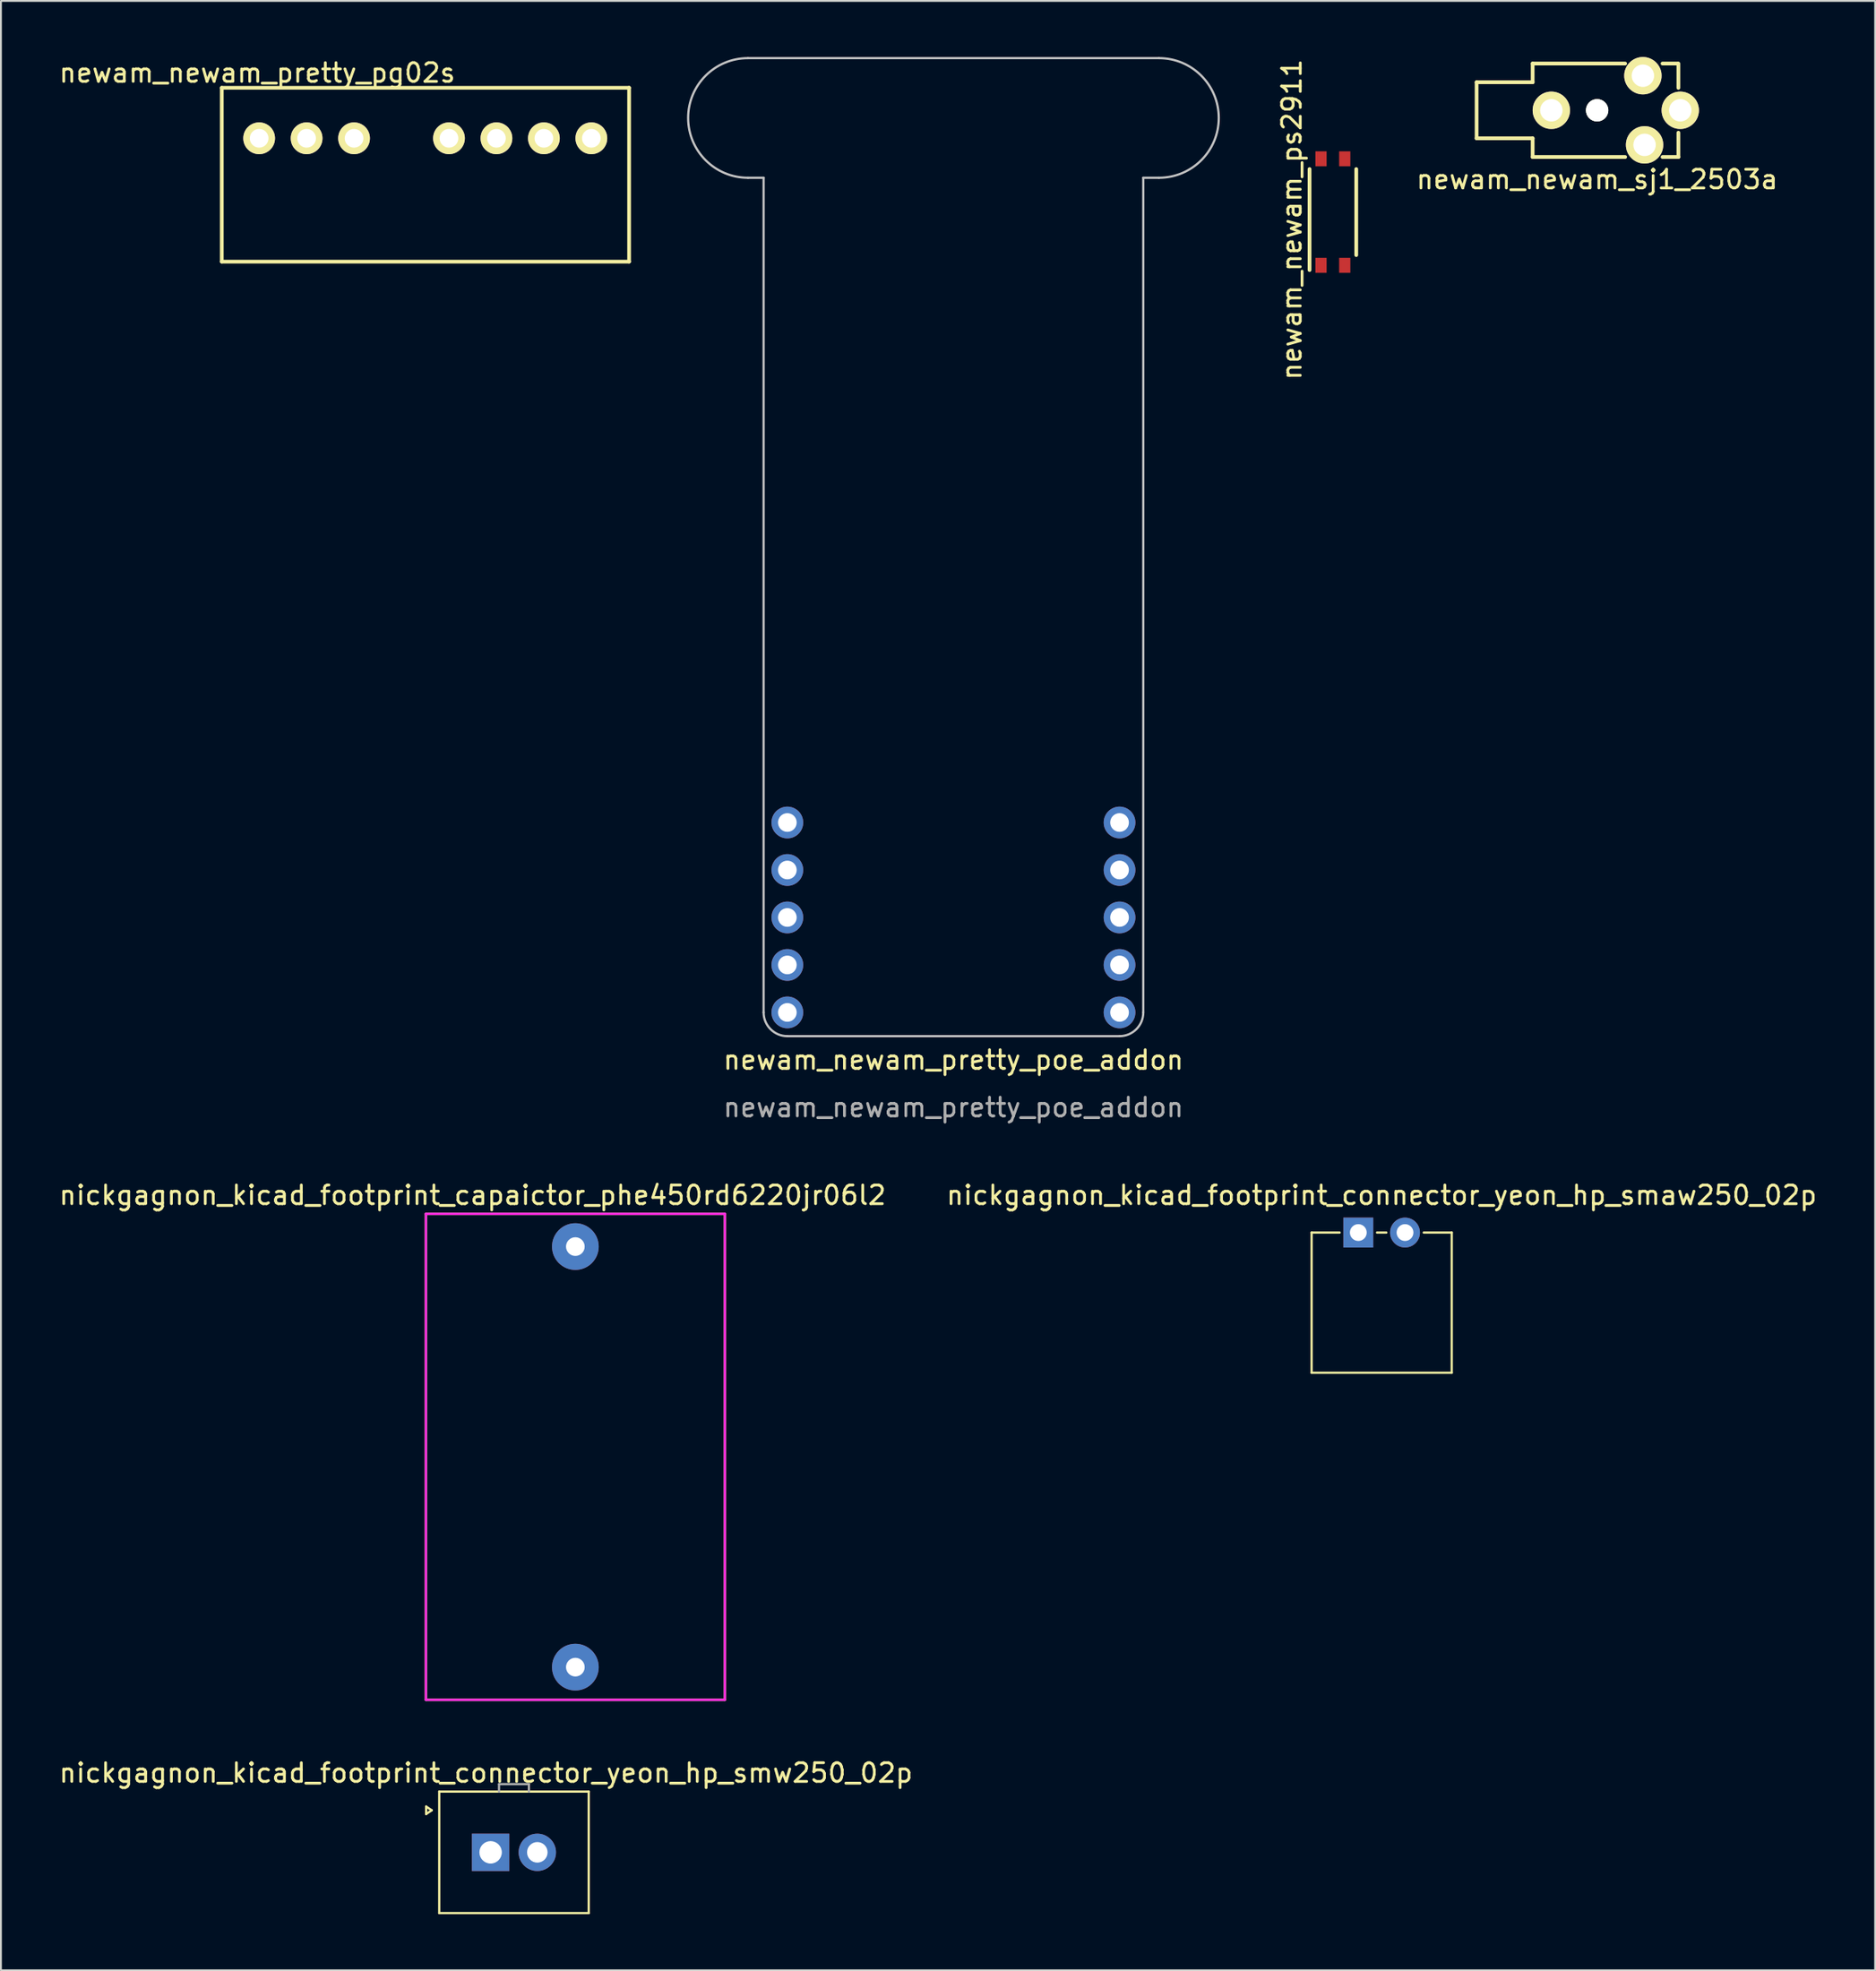
<source format=kicad_pcb>
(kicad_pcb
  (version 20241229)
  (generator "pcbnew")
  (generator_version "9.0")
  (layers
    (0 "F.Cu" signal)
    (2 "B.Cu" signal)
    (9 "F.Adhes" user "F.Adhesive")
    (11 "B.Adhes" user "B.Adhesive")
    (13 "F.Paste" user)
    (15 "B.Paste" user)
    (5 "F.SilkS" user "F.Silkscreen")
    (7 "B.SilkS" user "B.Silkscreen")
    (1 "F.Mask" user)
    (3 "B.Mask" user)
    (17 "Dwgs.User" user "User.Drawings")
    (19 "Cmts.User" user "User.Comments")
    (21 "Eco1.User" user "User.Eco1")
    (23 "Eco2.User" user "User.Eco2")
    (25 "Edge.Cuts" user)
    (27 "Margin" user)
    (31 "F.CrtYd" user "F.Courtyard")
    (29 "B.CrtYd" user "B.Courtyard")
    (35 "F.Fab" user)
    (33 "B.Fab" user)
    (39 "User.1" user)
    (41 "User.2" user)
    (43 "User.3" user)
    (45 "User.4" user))
  (footprint "nickgagnon_kicad_footprint_connector_yeon_hp_smaw250_02p"
    (layer "F.Cu")
    (at 70.899 62.891)
    (property "Reference" "nickgagnon_kicad_footprint_connector_yeon_hp_smaw250_02p" (at 0 -2 0) (layer "F.SilkS") (effects (font (size 1 1) (thickness 0.15))))
    (attr through_hole)
    (fp_line (start -3.75 0) (end -3.75 7.5) (stroke (width 0.12) (type solid)) (layer "F.SilkS"))
    (fp_line (start -3.75 7.5) (end 3.75 7.5) (stroke (width 0.12) (type solid)) (layer "F.SilkS"))
    (fp_line (start -2.25 0) (end -3.75 0) (stroke (width 0.12) (type solid)) (layer "F.SilkS"))
    (fp_line (start -0.25 0) (end 0.25 0) (stroke (width 0.12) (type solid)) (layer "F.SilkS"))
    (fp_line (start 3.75 0) (end 2.25 0) (stroke (width 0.12) (type solid)) (layer "F.SilkS"))
    (fp_line (start 3.75 7.5) (end 3.75 0) (stroke (width 0.12) (type solid)) (layer "F.SilkS"))
    (pad "1" thru_hole rect (at -1.25 0) (size 1.6 1.6) (drill 0.9) (layers "*.Cu" "*.Mask"))
    (pad "2" thru_hole circle (at 1.25 0 90) (size 1.6 1.6) (drill 0.9) (layers "*.Cu" "*.Mask")))
  (footprint "newam_newam_sj1_2503a"
    (layer "F.Cu")
    (at 82.43 2.85)
    (property "Reference" "newam_newam_sj1_2503a" (at 0 3.7 0) (layer "F.SilkS") (effects (font (size 1 1) (thickness 0.15))))
    (attr through_hole)
    (fp_line (start -6.45 -1.5) (end -6.45 1.5) (stroke (width 0.2) (type solid)) (layer "F.SilkS"))
    (fp_line (start -6.45 1.5) (end -3.45 1.5) (stroke (width 0.2) (type solid)) (layer "F.SilkS"))
    (fp_line (start -3.45 -2.5) (end -3.45 -1.5) (stroke (width 0.2) (type solid)) (layer "F.SilkS"))
    (fp_line (start -3.45 -2.5) (end 1.5 -2.5) (stroke (width 0.2) (type solid)) (layer "F.SilkS"))
    (fp_line (start -3.45 -1.5) (end -6.45 -1.5) (stroke (width 0.2) (type solid)) (layer "F.SilkS"))
    (fp_line (start -3.45 2.5) (end -3.45 1.5) (stroke (width 0.2) (type solid)) (layer "F.SilkS"))
    (fp_line (start -3.45 2.5) (end 1.5 2.5) (stroke (width 0.2) (type solid)) (layer "F.SilkS"))
    (fp_line (start 3.5 -2.5) (end 4.3 -2.5) (stroke (width 0.2) (type solid)) (layer "F.SilkS"))
    (fp_line (start 4.35 -2.5) (end 4.35 -1.2) (stroke (width 0.2) (type solid)) (layer "F.SilkS"))
    (fp_line (start 4.35 1.2) (end 4.35 2.5) (stroke (width 0.2) (type solid)) (layer "F.SilkS"))
    (fp_line (start 4.35 2.5) (end 3.5 2.5) (stroke (width 0.2) (type solid)) (layer "F.SilkS"))
    (pad "" np_thru_hole circle (at 0 0) (size 1.2 1.2) (drill 1.2) (layers "*.Cu" "*.Mask" "F.SilkS"))
    (pad "1" thru_hole circle (at -2.45 0) (size 2 2) (drill 1.2) (layers "*.Cu" "*.Mask" "F.SilkS"))
    (pad "2" thru_hole circle (at 2.54 1.85) (size 2 2) (drill 1.2) (layers "*.Cu" "*.Mask" "F.SilkS"))
    (pad "3" thru_hole circle (at 2.45 -1.85) (size 2 2) (drill 1.2) (layers "*.Cu" "*.Mask" "F.SilkS"))
    (pad "4" thru_hole circle (at 4.45 0) (size 2 2) (drill 1.2) (layers "*.Cu" "*.Mask" "F.SilkS")))
  (footprint "newam_newam_pretty_pg02s"
    (layer "F.Cu")
    (at 10.82 4.348)
    (property "Reference" "newam_newam_pretty_pg02s" (at -0.1 -3.5 0) (layer "F.SilkS") (effects (font (size 1 1) (thickness 0.15))))
    (attr through_hole)
    (fp_line (start -2 -2.7) (end 19.8 -2.7) (stroke (width 0.2) (type solid)) (layer "F.SilkS"))
    (fp_line (start -2 6.6) (end -2 -2.7) (stroke (width 0.2) (type solid)) (layer "F.SilkS"))
    (fp_line (start 19.8 -2.7) (end 19.8 6.6) (stroke (width 0.2) (type solid)) (layer "F.SilkS"))
    (fp_line (start 19.8 6.6) (end -2 6.6) (stroke (width 0.2) (type solid)) (layer "F.SilkS"))
    (pad "1" thru_hole circle (at 0 0) (size 1.7 1.7) (drill 1) (layers "*.Cu" "*.Mask" "F.SilkS"))
    (pad "2" thru_hole circle (at 2.54 0) (size 1.7 1.7) (drill 1) (layers "*.Cu" "*.Mask" "F.SilkS"))
    (pad "3" thru_hole circle (at 5.08 0) (size 1.7 1.7) (drill 1) (layers "*.Cu" "*.Mask" "F.SilkS"))
    (pad "5" thru_hole circle (at 10.16 0) (size 1.7 1.7) (drill 1) (layers "*.Cu" "*.Mask" "F.SilkS"))
    (pad "6" thru_hole circle (at 12.7 0) (size 1.7 1.7) (drill 1) (layers "*.Cu" "*.Mask" "F.SilkS"))
    (pad "7" thru_hole circle (at 15.24 0) (size 1.7 1.7) (drill 1) (layers "*.Cu" "*.Mask" "F.SilkS"))
    (pad "8" thru_hole circle (at 17.78 0) (size 1.7 1.7) (drill 1) (layers "*.Cu" "*.Mask" "F.SilkS")))
  (footprint "newam_newam_pretty_poe_addon"
    (layer "F.Cu")
    (at 47.98 46.034)
    (property "Reference" "newam_newam_pretty_poe_addon" (at 0 7.62 0) (unlocked yes) (layer "F.SilkS") (effects (font (size 1 1) (thickness 0.15))))
    (attr through_hole)
    (fp_line (start -11 -45.974) (end 11 -45.974) (stroke (width 0.12) (type solid)) (layer "Dwgs.User"))
    (fp_line (start -10.16 -39.574) (end -11 -39.574) (stroke (width 0.12) (type solid)) (layer "Dwgs.User"))
    (fp_line (start -10.16 5.08) (end -10.16 -39.574) (stroke (width 0.12) (type solid)) (layer "Dwgs.User"))
    (fp_line (start -8.89 6.35) (end 8.89 6.35) (stroke (width 0.12) (type solid)) (layer "Dwgs.User"))
    (fp_line (start 10.16 -39.574) (end 11 -39.574) (stroke (width 0.12) (type solid)) (layer "Dwgs.User"))
    (fp_line (start 10.16 5.08) (end 10.16 -39.574) (stroke (width 0.12) (type solid)) (layer "Dwgs.User"))
    (fp_arc (start -11 -39.574) (mid -14.2 -42.774) (end -11 -45.974) (stroke (width 0.12) (type solid)) (layer "Dwgs.User"))
    (fp_arc (start -8.89 6.35) (mid -9.788026 5.978026) (end -10.16 5.08) (stroke (width 0.12) (type solid)) (layer "Dwgs.User"))
    (fp_arc (start 10.16 5.08) (mid 9.788026 5.978026) (end 8.89 6.35) (stroke (width 0.12) (type solid)) (layer "Dwgs.User"))
    (fp_arc (start 11 -45.974) (mid 14.2 -42.774) (end 11 -39.574) (stroke (width 0.12) (type solid)) (layer "Dwgs.User"))
    (fp_text user "${REFERENCE}" (at 0 10.16 0) (unlocked yes) (layer "F.Fab") (effects (font (size 1 1) (thickness 0.15))))
    (pad "1" thru_hole circle (at -8.89 -5.08) (size 1.7 1.7) (drill 1) (layers "*.Cu" "*.Mask"))
    (pad "2" thru_hole circle (at -8.89 -2.54) (size 1.7 1.7) (drill 1) (layers "*.Cu" "*.Mask"))
    (pad "3" thru_hole circle (at -8.89 0) (size 1.7 1.7) (drill 1) (layers "*.Cu" "*.Mask"))
    (pad "4" thru_hole circle (at -8.89 2.54) (size 1.7 1.7) (drill 1) (layers "*.Cu" "*.Mask"))
    (pad "5" thru_hole circle (at -8.89 5.08) (size 1.7 1.7) (drill 1) (layers "*.Cu" "*.Mask"))
    (pad "6" thru_hole circle (at 8.89 5.08) (size 1.7 1.7) (drill 1) (layers "*.Cu" "*.Mask"))
    (pad "7" thru_hole circle (at 8.89 2.54) (size 1.7 1.7) (drill 1) (layers "*.Cu" "*.Mask"))
    (pad "8" thru_hole circle (at 8.89 0) (size 1.7 1.7) (drill 1) (layers "*.Cu" "*.Mask"))
    (pad "9" thru_hole circle (at 8.89 -2.54) (size 1.7 1.7) (drill 1) (layers "*.Cu" "*.Mask"))
    (pad "10" thru_hole circle (at 8.89 -5.08) (size 1.7 1.7) (drill 1) (layers "*.Cu" "*.Mask")))
  (footprint "nickgagnon_kicad_footprint_capaictor_phe450rd6220jr06l2"
    (layer "F.Cu")
    (at 27.744 74.891)
    (property "Reference" "nickgagnon_kicad_footprint_capaictor_phe450rd6220jr06l2" (at -5.5 -14 0) (layer "F.SilkS") (effects (font (size 1 1) (thickness 0.15))))
    (attr through_hole)
    (fp_line (start -8 -13) (end 8 -13) (stroke (width 0.12) (type solid)) (layer "F.SilkS"))
    (fp_line (start -8 13) (end -8 -13) (stroke (width 0.12) (type solid)) (layer "F.SilkS"))
    (fp_line (start 8 -13) (end 8 13) (stroke (width 0.12) (type solid)) (layer "F.SilkS"))
    (fp_line (start 8 13) (end -8 13) (stroke (width 0.12) (type solid)) (layer "F.SilkS"))
    (fp_line (start -8 -13) (end 8 -13) (stroke (width 0.12) (type solid)) (layer "F.CrtYd"))
    (fp_line (start -8 13) (end -8 -13) (stroke (width 0.12) (type solid)) (layer "F.CrtYd"))
    (fp_line (start 8 -13) (end 8 13) (stroke (width 0.12) (type solid)) (layer "F.CrtYd"))
    (fp_line (start 8 13) (end -8 13) (stroke (width 0.12) (type solid)) (layer "F.CrtYd"))
    (pad "1" thru_hole circle (at 0 -11.25) (size 2.5 2.5) (drill 1) (layers "*.Cu" "*.Mask"))
    (pad "2" thru_hole circle (at 0 11.25) (size 2.5 2.5) (drill 1) (layers "*.Cu" "*.Mask")))
  (footprint "newam_newam_ps2911"
    (layer "F.Cu")
    (at 68.288 8.296)
    (property "Reference" "newam_newam_ps2911" (at -2.2 0.4 90) (layer "F.SilkS") (effects (font (size 1 1) (thickness 0.15))))
    (attr through_hole)
    (fp_line (start -1.25 -2.3) (end -1.25 3.1) (stroke (width 0.2) (type solid)) (layer "F.SilkS"))
    (fp_line (start 1.25 2.3) (end 1.25 -2.3) (stroke (width 0.2) (type solid)) (layer "F.SilkS"))
    (pad "1" smd rect (at -0.635 2.85) (size 0.6 0.8) (layers "F.Cu" "F.Mask" "F.Paste"))
    (pad "2" smd rect (at 0.635 2.85) (size 0.6 0.8) (layers "F.Cu" "F.Mask" "F.Paste"))
    (pad "3" smd rect (at 0.635 -2.85) (size 0.6 0.8) (layers "F.Cu" "F.Mask" "F.Paste"))
    (pad "4" smd rect (at -0.635 -2.85) (size 0.6 0.8) (layers "F.Cu" "F.Mask" "F.Paste")))
  (footprint "nickgagnon_kicad_footprint_connector_yeon_hp_smw250_02p"
    (layer "F.Cu")
    (at 24.458 96.049)
    (property "Reference" "nickgagnon_kicad_footprint_connector_yeon_hp_smw250_02p" (at -1.5 -4.25 0) (layer "F.SilkS") (effects (font (size 1 1) (thickness 0.15))))
    (attr through_hole)
    (fp_line (start -4.7 -2.45) (end -4.4 -2.25) (stroke (width 0.12) (type solid)) (layer "F.SilkS"))
    (fp_line (start -4.7 -2.05) (end -4.7 -2.45) (stroke (width 0.12) (type solid)) (layer "F.SilkS"))
    (fp_line (start -4.4 -2.25) (end -4.7 -2.05) (stroke (width 0.12) (type solid)) (layer "F.SilkS"))
    (fp_line (start -4 -3.25) (end -4 3.25) (stroke (width 0.12) (type solid)) (layer "F.SilkS"))
    (fp_line (start -4 3.25) (end 4 3.25) (stroke (width 0.12) (type solid)) (layer "F.SilkS"))
    (fp_line (start 4 -3.25) (end -4 -3.25) (stroke (width 0.12) (type solid)) (layer "F.SilkS"))
    (fp_line (start 4 3.25) (end 4 -3.25) (stroke (width 0.12) (type solid)) (layer "F.SilkS"))
    (fp_line (start -0.8 -3.65) (end 0.8 -3.65) (stroke (width 0.12) (type solid)) (layer "F.Fab"))
    (fp_line (start -0.8 -3.25) (end -0.8 -3.65) (stroke (width 0.12) (type solid)) (layer "F.Fab"))
    (fp_line (start 0.8 -3.65) (end 0.8 -3.25) (stroke (width 0.12) (type solid)) (layer "F.Fab"))
    (pad "1" thru_hole rect (at -1.25 0 90) (size 2 2) (drill 1.2) (layers "*.Cu" "*.Mask"))
    (pad "2" thru_hole circle (at 1.25 0) (size 2 2) (drill 1.1) (layers "*.Cu" "*.Mask")))
  (gr_rect
    (start -3 -3)
    (end 97.31 102.359)
    (stroke (width 0.1) (type default))
    (fill no)
    (layer "Edge.Cuts")))
</source>
